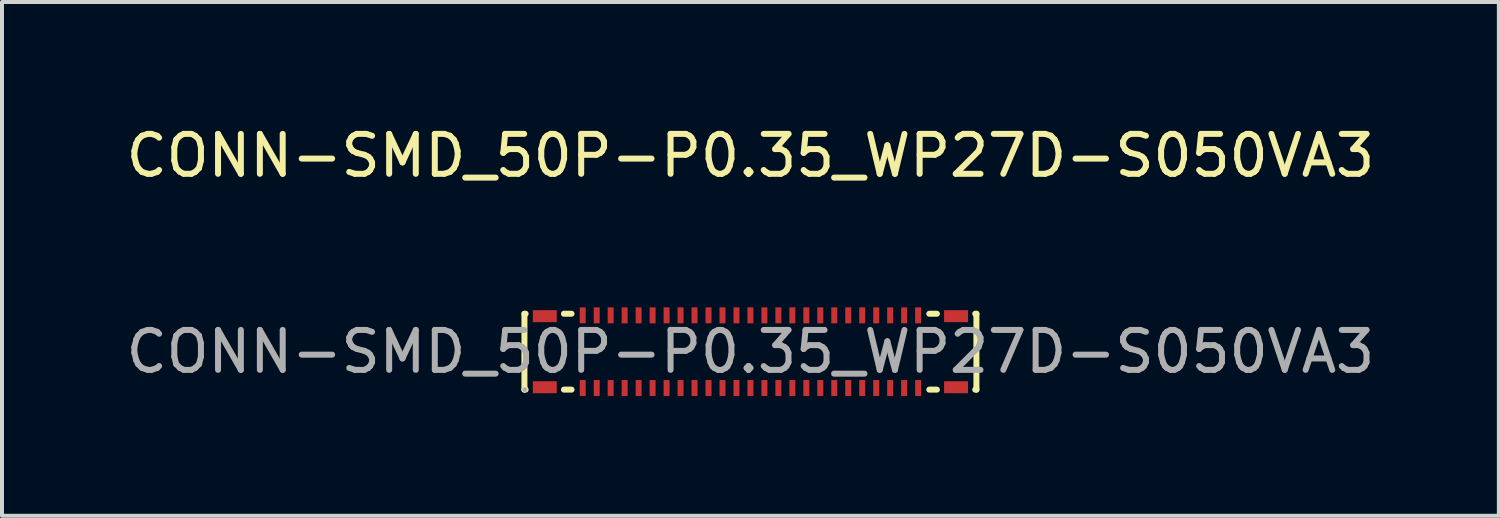
<source format=kicad_pcb>
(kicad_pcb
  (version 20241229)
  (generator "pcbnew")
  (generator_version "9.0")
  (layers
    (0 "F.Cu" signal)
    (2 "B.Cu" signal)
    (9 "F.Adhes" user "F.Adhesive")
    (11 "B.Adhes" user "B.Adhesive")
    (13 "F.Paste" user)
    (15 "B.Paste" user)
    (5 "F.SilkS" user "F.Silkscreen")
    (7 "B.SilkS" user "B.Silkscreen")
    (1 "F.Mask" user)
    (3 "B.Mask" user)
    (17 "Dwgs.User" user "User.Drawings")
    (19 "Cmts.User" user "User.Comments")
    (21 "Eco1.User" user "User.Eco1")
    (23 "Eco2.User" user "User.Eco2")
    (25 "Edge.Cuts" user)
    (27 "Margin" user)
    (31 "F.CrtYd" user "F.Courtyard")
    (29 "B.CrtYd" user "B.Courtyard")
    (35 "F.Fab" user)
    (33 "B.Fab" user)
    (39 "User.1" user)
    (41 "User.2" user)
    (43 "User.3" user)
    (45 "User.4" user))
  (footprint "CONN-SMD_50P-P0.35_WP27D-S050VA3"
    (layer "F.Cu")
    (at 15.744 5.758)
    (property "Reference" "CONN-SMD_50P-P0.35_WP27D-S050VA3" (at 0 -4.91 0) (layer "F.SilkS") (effects (font (size 1 1) (thickness 0.15))))
    (attr smd)
    (fp_line (start -5.66 -0.95) (end -5.63 -0.95) (stroke (width 0.15) (type solid)) (layer "F.SilkS"))
    (fp_line (start -5.66 0.95) (end -5.66 -0.95) (stroke (width 0.15) (type solid)) (layer "F.SilkS"))
    (fp_line (start -5.63 0.95) (end -5.66 0.95) (stroke (width 0.15) (type solid)) (layer "F.SilkS"))
    (fp_line (start -4.67 -0.95) (end -4.48 -0.95) (stroke (width 0.15) (type solid)) (layer "F.SilkS"))
    (fp_line (start -4.48 0.95) (end -4.67 0.95) (stroke (width 0.15) (type solid)) (layer "F.SilkS"))
    (fp_line (start 4.48 -0.95) (end 4.67 -0.95) (stroke (width 0.15) (type solid)) (layer "F.SilkS"))
    (fp_line (start 4.67 0.95) (end 4.48 0.95) (stroke (width 0.15) (type solid)) (layer "F.SilkS"))
    (fp_line (start 5.63 -0.95) (end 5.66 -0.95) (stroke (width 0.15) (type solid)) (layer "F.SilkS"))
    (fp_line (start 5.66 -0.95) (end 5.66 0.95) (stroke (width 0.15) (type solid)) (layer "F.SilkS"))
    (fp_line (start 5.66 0.95) (end 5.63 0.95) (stroke (width 0.15) (type solid)) (layer "F.SilkS"))
    (fp_circle (center -5.65 0.95) (end -5.62 0.95) (stroke (width 0.06) (type solid)) (fill no) (layer "F.Fab"))
    (fp_text user "${REFERENCE}" (at 0 0 0) (layer "F.Fab") (effects (font (size 1 1) (thickness 0.15))))
    (pad "1" smd rect (at -4.2 0.91) (size 0.15 0.4) (layers "F.Cu" "F.Mask" "F.Paste"))
    (pad "2" smd rect (at -4.2 -0.91) (size 0.15 0.4) (layers "F.Cu" "F.Mask" "F.Paste"))
    (pad "3" smd rect (at -3.85 0.91) (size 0.15 0.4) (layers "F.Cu" "F.Mask" "F.Paste"))
    (pad "4" smd rect (at -3.85 -0.91) (size 0.15 0.4) (layers "F.Cu" "F.Mask" "F.Paste"))
    (pad "5" smd rect (at -3.5 0.91) (size 0.15 0.4) (layers "F.Cu" "F.Mask" "F.Paste"))
    (pad "6" smd rect (at -3.5 -0.91) (size 0.15 0.4) (layers "F.Cu" "F.Mask" "F.Paste"))
    (pad "7" smd rect (at -3.15 0.91) (size 0.15 0.4) (layers "F.Cu" "F.Mask" "F.Paste"))
    (pad "8" smd rect (at -3.15 -0.91) (size 0.15 0.4) (layers "F.Cu" "F.Mask" "F.Paste"))
    (pad "9" smd rect (at -2.8 0.91) (size 0.15 0.4) (layers "F.Cu" "F.Mask" "F.Paste"))
    (pad "10" smd rect (at -2.8 -0.91) (size 0.15 0.4) (layers "F.Cu" "F.Mask" "F.Paste"))
    (pad "11" smd rect (at -2.45 0.91) (size 0.15 0.4) (layers "F.Cu" "F.Mask" "F.Paste"))
    (pad "12" smd rect (at -2.45 -0.91) (size 0.15 0.4) (layers "F.Cu" "F.Mask" "F.Paste"))
    (pad "13" smd rect (at -2.1 0.91) (size 0.15 0.4) (layers "F.Cu" "F.Mask" "F.Paste"))
    (pad "14" smd rect (at -2.1 -0.91) (size 0.15 0.4) (layers "F.Cu" "F.Mask" "F.Paste"))
    (pad "15" smd rect (at -1.75 0.91) (size 0.15 0.4) (layers "F.Cu" "F.Mask" "F.Paste"))
    (pad "16" smd rect (at -1.75 -0.91) (size 0.15 0.4) (layers "F.Cu" "F.Mask" "F.Paste"))
    (pad "17" smd rect (at -1.4 0.91) (size 0.15 0.4) (layers "F.Cu" "F.Mask" "F.Paste"))
    (pad "18" smd rect (at -1.4 -0.91) (size 0.15 0.4) (layers "F.Cu" "F.Mask" "F.Paste"))
    (pad "19" smd rect (at -1.05 0.91) (size 0.15 0.4) (layers "F.Cu" "F.Mask" "F.Paste"))
    (pad "20" smd rect (at -1.05 -0.91) (size 0.15 0.4) (layers "F.Cu" "F.Mask" "F.Paste"))
    (pad "21" smd rect (at -0.7 0.91) (size 0.15 0.4) (layers "F.Cu" "F.Mask" "F.Paste"))
    (pad "22" smd rect (at -0.7 -0.91) (size 0.15 0.4) (layers "F.Cu" "F.Mask" "F.Paste"))
    (pad "23" smd rect (at -0.35 0.91) (size 0.15 0.4) (layers "F.Cu" "F.Mask" "F.Paste"))
    (pad "24" smd rect (at -0.35 -0.91) (size 0.15 0.4) (layers "F.Cu" "F.Mask" "F.Paste"))
    (pad "25" smd rect (at 0 0.91) (size 0.15 0.4) (layers "F.Cu" "F.Mask" "F.Paste"))
    (pad "26" smd rect (at 0 -0.91) (size 0.15 0.4) (layers "F.Cu" "F.Mask" "F.Paste"))
    (pad "27" smd rect (at 0.35 0.91) (size 0.15 0.4) (layers "F.Cu" "F.Mask" "F.Paste"))
    (pad "28" smd rect (at 0.35 -0.91) (size 0.15 0.4) (layers "F.Cu" "F.Mask" "F.Paste"))
    (pad "29" smd rect (at 0.7 0.91) (size 0.15 0.4) (layers "F.Cu" "F.Mask" "F.Paste"))
    (pad "30" smd rect (at 0.7 -0.91) (size 0.15 0.4) (layers "F.Cu" "F.Mask" "F.Paste"))
    (pad "31" smd rect (at 1.05 0.91) (size 0.15 0.4) (layers "F.Cu" "F.Mask" "F.Paste"))
    (pad "32" smd rect (at 1.05 -0.91) (size 0.15 0.4) (layers "F.Cu" "F.Mask" "F.Paste"))
    (pad "33" smd rect (at 1.4 0.91) (size 0.15 0.4) (layers "F.Cu" "F.Mask" "F.Paste"))
    (pad "34" smd rect (at 1.4 -0.91) (size 0.15 0.4) (layers "F.Cu" "F.Mask" "F.Paste"))
    (pad "35" smd rect (at 1.75 0.91) (size 0.15 0.4) (layers "F.Cu" "F.Mask" "F.Paste"))
    (pad "36" smd rect (at 1.75 -0.91) (size 0.15 0.4) (layers "F.Cu" "F.Mask" "F.Paste"))
    (pad "37" smd rect (at 2.1 0.91) (size 0.15 0.4) (layers "F.Cu" "F.Mask" "F.Paste"))
    (pad "38" smd rect (at 2.1 -0.91) (size 0.15 0.4) (layers "F.Cu" "F.Mask" "F.Paste"))
    (pad "39" smd rect (at 2.45 0.91) (size 0.15 0.4) (layers "F.Cu" "F.Mask" "F.Paste"))
    (pad "40" smd rect (at 2.45 -0.91) (size 0.15 0.4) (layers "F.Cu" "F.Mask" "F.Paste"))
    (pad "41" smd rect (at 2.8 0.91) (size 0.15 0.4) (layers "F.Cu" "F.Mask" "F.Paste"))
    (pad "42" smd rect (at 2.8 -0.91) (size 0.15 0.4) (layers "F.Cu" "F.Mask" "F.Paste"))
    (pad "43" smd rect (at 3.15 0.91) (size 0.15 0.4) (layers "F.Cu" "F.Mask" "F.Paste"))
    (pad "44" smd rect (at 3.15 -0.91) (size 0.15 0.4) (layers "F.Cu" "F.Mask" "F.Paste"))
    (pad "45" smd rect (at 3.5 0.91) (size 0.15 0.4) (layers "F.Cu" "F.Mask" "F.Paste"))
    (pad "46" smd rect (at 3.5 -0.91) (size 0.15 0.4) (layers "F.Cu" "F.Mask" "F.Paste"))
    (pad "47" smd rect (at 3.85 0.91) (size 0.15 0.4) (layers "F.Cu" "F.Mask" "F.Paste"))
    (pad "48" smd rect (at 3.85 -0.91) (size 0.15 0.4) (layers "F.Cu" "F.Mask" "F.Paste"))
    (pad "49" smd rect (at 4.2 0.91) (size 0.15 0.4) (layers "F.Cu" "F.Mask" "F.Paste"))
    (pad "50" smd rect (at 4.2 -0.91) (size 0.15 0.4) (layers "F.Cu" "F.Mask" "F.Paste"))
    (pad "51" smd rect (at 5.15 -0.89 90) (size 0.3 0.6) (layers "F.Cu" "F.Mask" "F.Paste"))
    (pad "52" smd rect (at 5.15 0.89 90) (size 0.3 0.6) (layers "F.Cu" "F.Mask" "F.Paste"))
    (pad "53" smd rect (at -5.15 0.89 90) (size 0.3 0.6) (layers "F.Cu" "F.Mask" "F.Paste"))
    (pad "54" smd rect (at -5.15 -0.89 90) (size 0.3 0.6) (layers "F.Cu" "F.Mask" "F.Paste")))
  (gr_rect
    (start -3 -3)
    (end 34.488 9.868)
    (stroke (width 0.1) (type default))
    (fill no)
    (layer "Edge.Cuts")))
</source>
